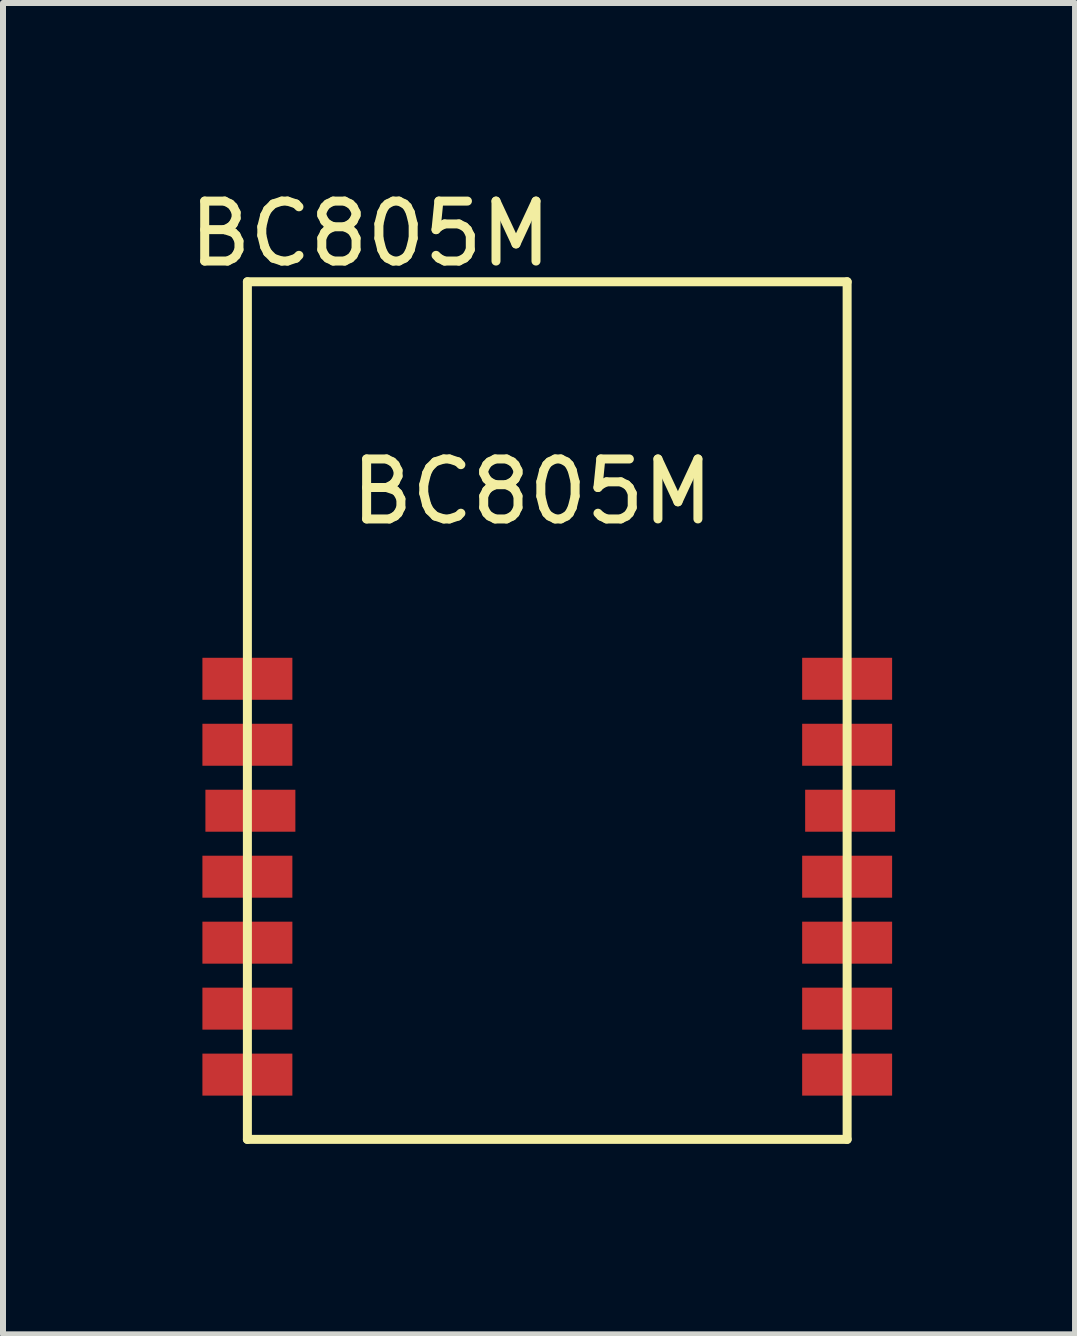
<source format=kicad_pcb>
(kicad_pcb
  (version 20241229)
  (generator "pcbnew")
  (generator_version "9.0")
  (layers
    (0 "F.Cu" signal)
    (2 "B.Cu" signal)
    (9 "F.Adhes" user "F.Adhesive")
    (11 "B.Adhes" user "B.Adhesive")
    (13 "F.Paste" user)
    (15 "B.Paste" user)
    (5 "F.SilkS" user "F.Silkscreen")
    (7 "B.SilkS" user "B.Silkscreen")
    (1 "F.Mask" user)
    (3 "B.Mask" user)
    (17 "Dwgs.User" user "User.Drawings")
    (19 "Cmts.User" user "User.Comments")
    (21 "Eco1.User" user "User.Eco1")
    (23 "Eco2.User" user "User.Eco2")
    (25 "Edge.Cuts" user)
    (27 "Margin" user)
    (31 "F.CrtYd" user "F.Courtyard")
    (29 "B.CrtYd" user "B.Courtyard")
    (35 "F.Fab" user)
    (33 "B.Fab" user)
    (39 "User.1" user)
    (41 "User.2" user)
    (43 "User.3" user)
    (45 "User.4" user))
  (footprint "BC805M"
    (layer "F.Cu")
    (at 1.075 15.948)
    (property "Reference" "BC805M" (at 2.05 -15.1 0) (layer "F.SilkS") (effects (font (size 1 1) (thickness 0.15))))
    (attr through_hole)
    (fp_line (start 0 -14.3) (end 10 -14.3) (stroke (width 0.15) (type solid)) (layer "F.SilkS"))
    (fp_line (start 0 0) (end 0 -14.3) (stroke (width 0.15) (type solid)) (layer "F.SilkS"))
    (fp_line (start 10 -14.3) (end 10 0) (stroke (width 0.15) (type solid)) (layer "F.SilkS"))
    (fp_line (start 10 0) (end 0 0) (stroke (width 0.15) (type solid)) (layer "F.SilkS"))
    (fp_text user "BC805M" (at 4.75 -10.8 0) (layer "F.SilkS") (effects (font (size 1 1) (thickness 0.15))))
    (pad "1" smd rect (at 0 -7.68) (size 1.5 0.7) (layers "F.Cu" "F.Mask" "F.Paste"))
    (pad "2" smd rect (at 0 -6.58) (size 1.5 0.7) (layers "F.Cu" "F.Mask" "F.Paste"))
    (pad "3" smd rect (at 0.05 -5.48) (size 1.5 0.7) (layers "F.Cu" "F.Mask" "F.Paste"))
    (pad "4" smd rect (at 0 -4.38) (size 1.5 0.7) (layers "F.Cu" "F.Mask" "F.Paste"))
    (pad "5" smd rect (at 0 -3.28) (size 1.5 0.7) (layers "F.Cu" "F.Mask" "F.Paste"))
    (pad "6" smd rect (at 0 -2.18) (size 1.5 0.7) (layers "F.Cu" "F.Mask" "F.Paste"))
    (pad "7" smd rect (at 0 -1.08) (size 1.5 0.7) (layers "F.Cu" "F.Mask" "F.Paste"))
    (pad "8" smd rect (at 10 -1.08) (size 1.5 0.7) (layers "F.Cu" "F.Mask" "F.Paste"))
    (pad "9" smd rect (at 10 -2.18) (size 1.5 0.7) (layers "F.Cu" "F.Mask" "F.Paste"))
    (pad "10" smd rect (at 10 -3.28) (size 1.5 0.7) (layers "F.Cu" "F.Mask" "F.Paste"))
    (pad "11" smd rect (at 10 -4.38) (size 1.5 0.7) (layers "F.Cu" "F.Mask" "F.Paste"))
    (pad "12" smd rect (at 10.05 -5.48) (size 1.5 0.7) (layers "F.Cu" "F.Mask" "F.Paste"))
    (pad "13" smd rect (at 10 -6.58) (size 1.5 0.7) (layers "F.Cu" "F.Mask" "F.Paste"))
    (pad "14" smd rect (at 10 -7.68) (size 1.5 0.7) (layers "F.Cu" "F.Mask" "F.Paste")))
  (gr_rect
    (start -3 -3)
    (end 14.875 19.198)
    (stroke (width 0.1) (type default))
    (fill no)
    (layer "Edge.Cuts")))
</source>
